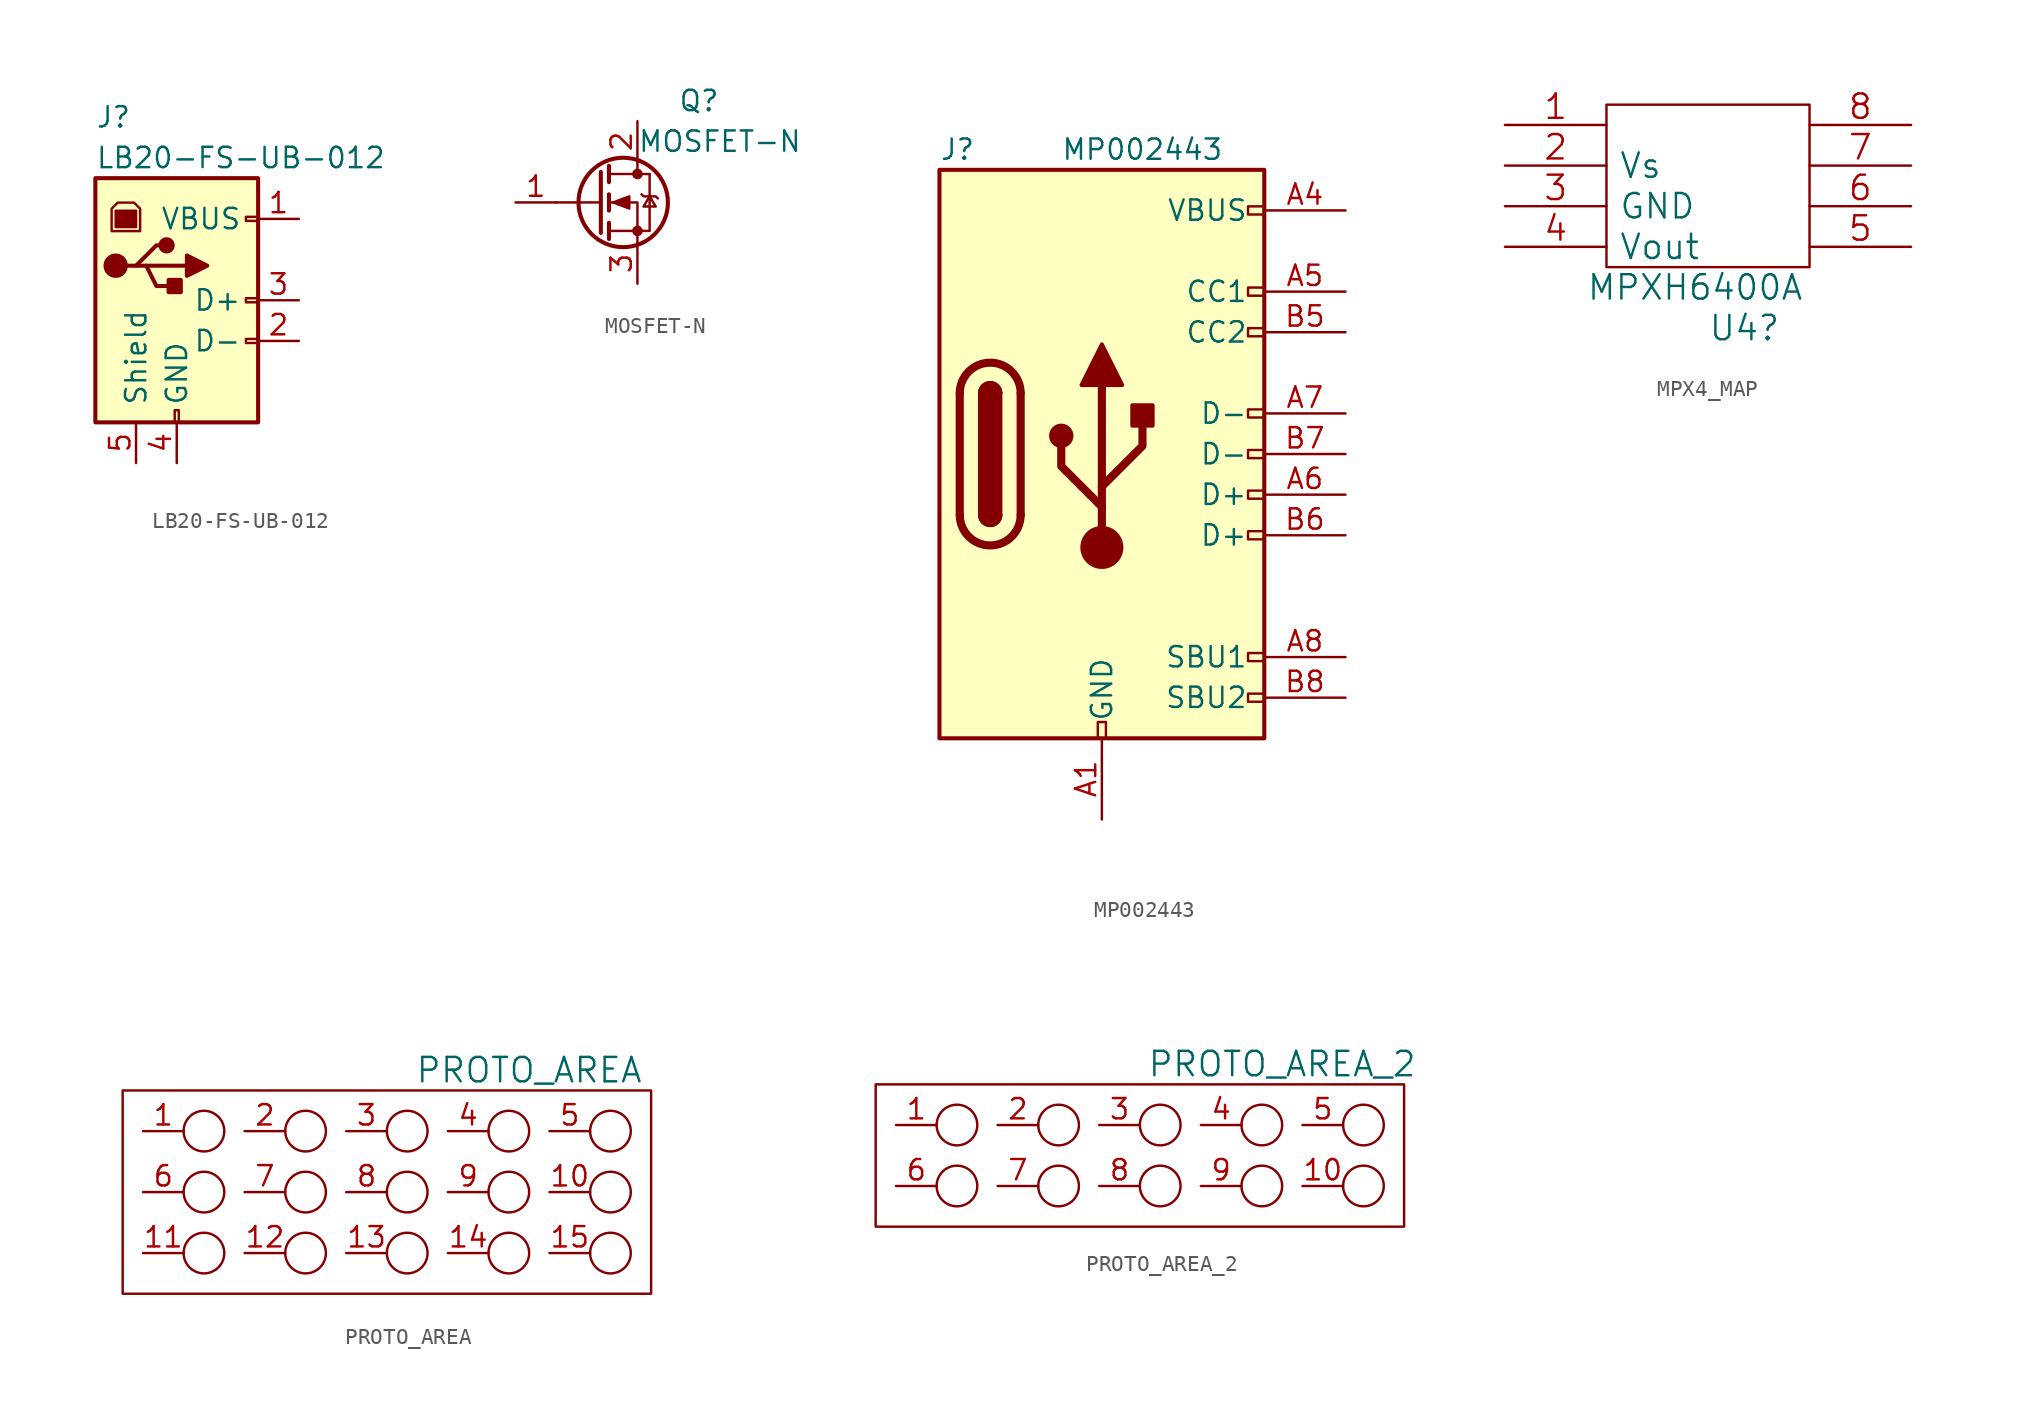
<source format=kicad_sym>
(kicad_symbol_lib
  (version 20231120)
  (generator "kicad_symbol_editor")
  (generator_version "8.0")
  (symbol "LB20-FS-UB-012"
    (pin_names
      (offset 1.016))
    (property "Reference" "J"
      (at -5.08 11.43 0)
      (effects (font (size 1.27 1.27)) (justify left)))
    (property "Value" "LB20-FS-UB-012"
      (at -5.08 8.89 0)
      (effects (font (size 1.27 1.27)) (justify left)))
    (symbol "LB20-FS-UB-012_0_1"
      (rectangle (start -5.08 -7.62) (end 5.08 7.62) (stroke (width 0.254) (type default)) (fill (type background)))
      (circle (center -3.81 2.159) (radius 0.635) (stroke (width 0.254) (type default)) (fill (type outline)))
      (rectangle (start -3.81 5.588) (end -2.54 4.572) (stroke (width 0) (type default)) (fill (type outline)))
      (circle (center -0.635 3.429) (radius 0.381) (stroke (width 0.254) (type default)) (fill (type outline)))
      (rectangle (start -0.127 -7.62) (end 0.127 -6.858) (stroke (width 0) (type default)) (fill (type none)))
      (polyline (pts (xy -1.905 2.159) (xy 0.635 2.159)) (stroke (width 0.254) (type default)) (fill (type none)))
      (polyline (pts (xy -3.175 2.159) (xy -2.54 2.159) (xy -1.27 3.429) (xy -0.635 3.429)) (stroke (width 0.254) (type default)) (fill (type none)))
      (polyline (pts (xy -2.54 2.159) (xy -1.905 2.159) (xy -1.27 0.889) (xy 0 0.889)) (stroke (width 0.254) (type default)) (fill (type none)))
      (polyline (pts (xy 0.635 2.794) (xy 0.635 1.524) (xy 1.905 2.159) (xy 0.635 2.794)) (stroke (width 0.254) (type default)) (fill (type outline)))
      (polyline (pts (xy -4.064 4.318) (xy -2.286 4.318) (xy -2.286 5.715) (xy -2.667 6.096) (xy -3.683 6.096) (xy -4.064 5.715) (xy -4.064 4.318)) (stroke (width 0) (type default)) (fill (type none)))
      (rectangle (start 0.254 1.27) (end -0.508 0.508) (stroke (width 0.254) (type default)) (fill (type outline)))
      (rectangle (start 5.08 -2.667) (end 4.318 -2.413) (stroke (width 0) (type default)) (fill (type none)))
      (rectangle (start 5.08 -0.127) (end 4.318 0.127) (stroke (width 0) (type default)) (fill (type none)))
      (rectangle (start 5.08 4.953) (end 4.318 5.207) (stroke (width 0) (type default)) (fill (type none))))
    (symbol "LB20-FS-UB-012_1_1"
      (pin power_out line (at 7.62 5.08 180) (length 2.54) (name "VBUS" (effects (font (size 1.27 1.27)))) (number "1" (effects (font (size 1.27 1.27)))))
      (pin bidirectional line (at 7.62 -2.54 180) (length 2.54) (name "D-" (effects (font (size 1.27 1.27)))) (number "2" (effects (font (size 1.27 1.27)))))
      (pin bidirectional line (at 7.62 0 180) (length 2.54) (name "D+" (effects (font (size 1.27 1.27)))) (number "3" (effects (font (size 1.27 1.27)))))
      (pin power_out line (at 0 -10.16 90) (length 2.54) (name "GND" (effects (font (size 1.27 1.27)))) (number "4" (effects (font (size 1.27 1.27)))))
      (pin passive line (at -2.54 -10.16 90) (length 2.54) (name "Shield" (effects (font (size 1.27 1.27)))) (number "5" (effects (font (size 1.27 1.27)))))))
  (symbol "MOSFET-N"
    (pin_names hide)
    (property "Reference" "Q"
      (at 5.08 6.35 0)
      (effects (font (size 1.27 1.27)) (justify left)))
    (property "Value" "MOSFET-N"
      (at 2.54 3.81 0)
      (effects (font (size 1.27 1.27)) (justify left)))
    (symbol "MOSFET-N_0_1"
      (polyline (pts (xy 0.254 0) (xy -2.54 0)) (stroke (width 0) (type default)) (fill (type none)))
      (polyline (pts (xy 0.254 1.905) (xy 0.254 -1.905)) (stroke (width 0.254) (type default)) (fill (type none)))
      (polyline (pts (xy 0.762 -1.27) (xy 0.762 -2.286)) (stroke (width 0.254) (type default)) (fill (type none)))
      (polyline (pts (xy 0.762 0.508) (xy 0.762 -0.508)) (stroke (width 0.254) (type default)) (fill (type none)))
      (polyline (pts (xy 0.762 2.286) (xy 0.762 1.27)) (stroke (width 0.254) (type default)) (fill (type none)))
      (polyline (pts (xy 2.54 2.54) (xy 2.54 1.778)) (stroke (width 0) (type default)) (fill (type none)))
      (polyline (pts (xy 2.54 -2.54) (xy 2.54 0) (xy 0.762 0)) (stroke (width 0) (type default)) (fill (type none)))
      (polyline (pts (xy 0.762 -1.778) (xy 3.302 -1.778) (xy 3.302 1.778) (xy 0.762 1.778)) (stroke (width 0) (type default)) (fill (type none)))
      (polyline (pts (xy 1.016 0) (xy 2.032 0.381) (xy 2.032 -0.381) (xy 1.016 0)) (stroke (width 0) (type default)) (fill (type outline)))
      (polyline (pts (xy 2.794 0.508) (xy 2.921 0.381) (xy 3.683 0.381) (xy 3.81 0.254)) (stroke (width 0) (type default)) (fill (type none)))
      (polyline (pts (xy 3.302 0.381) (xy 2.921 -0.254) (xy 3.683 -0.254) (xy 3.302 0.381)) (stroke (width 0) (type default)) (fill (type none)))
      (circle (center 1.651 0) (radius 2.794) (stroke (width 0.254) (type default)) (fill (type none)))
      (circle (center 2.54 -1.778) (radius 0.254) (stroke (width 0) (type default)) (fill (type outline)))
      (circle (center 2.54 1.778) (radius 0.254) (stroke (width 0) (type default)) (fill (type outline))))
    (symbol "MOSFET-N_1_1"
      (pin input line (at -5.08 0 0) (length 2.54) (name "G" (effects (font (size 1.27 1.27)))) (number "1" (effects (font (size 1.27 1.27)))))
      (pin passive line (at 2.54 5.08 270) (length 2.54) (name "D" (effects (font (size 1.27 1.27)))) (number "2" (effects (font (size 1.27 1.27)))))
      (pin passive line (at 2.54 -5.08 90) (length 2.54) (name "S" (effects (font (size 1.27 1.27)))) (number "3" (effects (font (size 1.27 1.27)))))))
  (symbol "MP002443"
    (pin_names
      (offset 1.016))
    (property "Reference" "J"
      (at -10.16 19.05 0)
      (effects (font (size 1.27 1.27)) (justify left)))
    (property "Value" "MP002443"
      (at 7.62 19.05 0)
      (effects (font (size 1.27 1.27)) (justify right)))
    (symbol "MP002443_0_0"
      (rectangle (start -0.254 -17.78) (end 0.254 -16.764) (stroke (width 0) (type default)) (fill (type none)))
      (rectangle (start 10.16 -14.986) (end 9.144 -15.494) (stroke (width 0) (type default)) (fill (type none)))
      (rectangle (start 10.16 -12.446) (end 9.144 -12.954) (stroke (width 0) (type default)) (fill (type none)))
      (rectangle (start 10.16 -4.826) (end 9.144 -5.334) (stroke (width 0) (type default)) (fill (type none)))
      (rectangle (start 10.16 -2.286) (end 9.144 -2.794) (stroke (width 0) (type default)) (fill (type none)))
      (rectangle (start 10.16 0.254) (end 9.144 -0.254) (stroke (width 0) (type default)) (fill (type none)))
      (rectangle (start 10.16 2.794) (end 9.144 2.286) (stroke (width 0) (type default)) (fill (type none)))
      (rectangle (start 10.16 7.874) (end 9.144 7.366) (stroke (width 0) (type default)) (fill (type none)))
      (rectangle (start 10.16 10.414) (end 9.144 9.906) (stroke (width 0) (type default)) (fill (type none)))
      (rectangle (start 10.16 15.494) (end 9.144 14.986) (stroke (width 0) (type default)) (fill (type none))))
    (symbol "MP002443_0_1"
      (rectangle (start -10.16 17.78) (end 10.16 -17.78) (stroke (width 0.254) (type default)) (fill (type background)))
      (arc (start -8.89 -3.81) (mid -6.985 -5.7067) (end -5.08 -3.81) (stroke (width 0.508) (type default)) (fill (type none)))
      (arc (start -7.62 -3.81) (mid -6.985 -4.4423) (end -6.35 -3.81) (stroke (width 0.254) (type default)) (fill (type none)))
      (arc (start -7.62 -3.81) (mid -6.985 -4.4423) (end -6.35 -3.81) (stroke (width 0.254) (type default)) (fill (type outline)))
      (rectangle (start -7.62 -3.81) (end -6.35 3.81) (stroke (width 0.254) (type default)) (fill (type outline)))
      (arc (start -6.35 3.81) (mid -6.985 4.4423) (end -7.62 3.81) (stroke (width 0.254) (type default)) (fill (type none)))
      (arc (start -6.35 3.81) (mid -6.985 4.4423) (end -7.62 3.81) (stroke (width 0.254) (type default)) (fill (type outline)))
      (arc (start -5.08 3.81) (mid -6.985 5.7067) (end -8.89 3.81) (stroke (width 0.508) (type default)) (fill (type none)))
      (circle (center -2.54 1.143) (radius 0.635) (stroke (width 0.254) (type default)) (fill (type outline)))
      (circle (center 0 -5.842) (radius 1.27) (stroke (width 0) (type default)) (fill (type outline)))
      (polyline (pts (xy -8.89 -3.81) (xy -8.89 3.81)) (stroke (width 0.508) (type default)) (fill (type none)))
      (polyline (pts (xy -5.08 3.81) (xy -5.08 -3.81)) (stroke (width 0.508) (type default)) (fill (type none)))
      (polyline (pts (xy 0 -5.842) (xy 0 4.318)) (stroke (width 0.508) (type default)) (fill (type none)))
      (polyline (pts (xy 0 -3.302) (xy -2.54 -0.762) (xy -2.54 0.508)) (stroke (width 0.508) (type default)) (fill (type none)))
      (polyline (pts (xy 0 -2.032) (xy 2.54 0.508) (xy 2.54 1.778)) (stroke (width 0.508) (type default)) (fill (type none)))
      (polyline (pts (xy -1.27 4.318) (xy 0 6.858) (xy 1.27 4.318) (xy -1.27 4.318)) (stroke (width 0.254) (type default)) (fill (type outline)))
      (rectangle (start 1.905 1.778) (end 3.175 3.048) (stroke (width 0.254) (type default)) (fill (type outline))))
    (symbol "MP002443_1_1"
      (pin passive line (at 0 -22.86 90) (length 5.08) (name "GND" (effects (font (size 1.27 1.27)))) (number "A1" (effects (font (size 1.27 1.27)))))
      (pin passive line (at 0 -22.86 90) (length 5.08) hide (name "GND" (effects (font (size 1.27 1.27)))) (number "A12" (effects (font (size 1.27 1.27)))))
      (pin passive line (at 15.24 15.24 180) (length 5.08) (name "VBUS" (effects (font (size 1.27 1.27)))) (number "A4" (effects (font (size 1.27 1.27)))))
      (pin bidirectional line (at 15.24 10.16 180) (length 5.08) (name "CC1" (effects (font (size 1.27 1.27)))) (number "A5" (effects (font (size 1.27 1.27)))))
      (pin bidirectional line (at 15.24 -2.54 180) (length 5.08) (name "D+" (effects (font (size 1.27 1.27)))) (number "A6" (effects (font (size 1.27 1.27)))))
      (pin bidirectional line (at 15.24 2.54 180) (length 5.08) (name "D-" (effects (font (size 1.27 1.27)))) (number "A7" (effects (font (size 1.27 1.27)))))
      (pin bidirectional line (at 15.24 -12.7 180) (length 5.08) (name "SBU1" (effects (font (size 1.27 1.27)))) (number "A8" (effects (font (size 1.27 1.27)))))
      (pin passive line (at 15.24 15.24 180) (length 5.08) hide (name "VBUS" (effects (font (size 1.27 1.27)))) (number "A9" (effects (font (size 1.27 1.27)))))
      (pin passive line (at 0 -22.86 90) (length 5.08) hide (name "GND" (effects (font (size 1.27 1.27)))) (number "B1" (effects (font (size 1.27 1.27)))))
      (pin passive line (at 0 -22.86 90) (length 5.08) hide (name "GND" (effects (font (size 1.27 1.27)))) (number "B12" (effects (font (size 1.27 1.27)))))
      (pin passive line (at 15.24 15.24 180) (length 5.08) hide (name "VBUS" (effects (font (size 1.27 1.27)))) (number "B4" (effects (font (size 1.27 1.27)))))
      (pin bidirectional line (at 15.24 7.62 180) (length 5.08) (name "CC2" (effects (font (size 1.27 1.27)))) (number "B5" (effects (font (size 1.27 1.27)))))
      (pin bidirectional line (at 15.24 -5.08 180) (length 5.08) (name "D+" (effects (font (size 1.27 1.27)))) (number "B6" (effects (font (size 1.27 1.27)))))
      (pin bidirectional line (at 15.24 0 180) (length 5.08) (name "D-" (effects (font (size 1.27 1.27)))) (number "B7" (effects (font (size 1.27 1.27)))))
      (pin bidirectional line (at 15.24 -15.24 180) (length 5.08) (name "SBU2" (effects (font (size 1.27 1.27)))) (number "B8" (effects (font (size 1.27 1.27)))))
      (pin passive line (at 15.24 15.24 180) (length 5.08) hide (name "VBUS" (effects (font (size 1.27 1.27)))) (number "B9" (effects (font (size 1.27 1.27)))))))
  (symbol "MPX4_MAP"
    (pin_names
      (offset 0.762))
    (property "Reference" "U4"
      (at 3.81 -6.35 0)
      (effects (font (size 1.524 1.524)) (justify left)))
    (property "Value" "MPXH6400A"
      (at -3.81 -3.81 0)
      (effects (font (size 1.524 1.524)) (justify left)))
    (symbol "MPX4_MAP_0_1"
      (rectangle (start -2.54 7.62) (end 10.16 -2.54) (stroke (width 0) (type default)) (fill (type none))))
    (symbol "MPX4_MAP_1_1"
      (pin passive line (at -8.89 6.35 0) (length 6.35) (name "" (effects (font (size 1.524 1.524)))) (number "1" (effects (font (size 1.524 1.524)))))
      (pin passive line (at -8.89 3.81 0) (length 6.35) (name "Vs" (effects (font (size 1.524 1.524)))) (number "2" (effects (font (size 1.524 1.524)))))
      (pin passive line (at -8.89 1.27 0) (length 6.35) (name "GND" (effects (font (size 1.524 1.524)))) (number "3" (effects (font (size 1.524 1.524)))))
      (pin passive line (at -8.89 -1.27 0) (length 6.35) (name "Vout" (effects (font (size 1.524 1.524)))) (number "4" (effects (font (size 1.524 1.524)))))
      (pin passive line (at 16.51 -1.27 180) (length 6.35) (name "" (effects (font (size 1.524 1.524)))) (number "5" (effects (font (size 1.524 1.524)))))
      (pin passive line (at 16.51 1.27 180) (length 6.35) (name "" (effects (font (size 1.524 1.524)))) (number "6" (effects (font (size 1.524 1.524)))))
      (pin passive line (at 16.51 3.81 180) (length 6.35) (name "" (effects (font (size 1.524 1.524)))) (number "7" (effects (font (size 1.524 1.524)))))
      (pin passive line (at 16.51 6.35 180) (length 6.35) (name "" (effects (font (size 1.524 1.524)))) (number "8" (effects (font (size 1.524 1.524)))))))
  (symbol "PROTO_AREA"
    (pin_names
      (offset 1.016))
    (property "Reference" "G"
      (at 1.27 3.81 0)
      (effects (font (size 1.524 1.524)) (hide yes)))
    (property "Value" "PROTO_AREA"
      (at 25.4 3.81 0)
      (effects (font (size 1.524 1.524))))
    (symbol "PROTO_AREA_0_0"
      (text "" (at 35.56 6.35 0) (effects (font (size 1.27 1.27)))))
    (symbol "PROTO_AREA_0_1"
      (rectangle (start 0 2.54) (end 33.02 -10.16) (stroke (width 0.152) (type default)) (fill (type none)))
      (circle (center 5.08 -7.62) (radius 1.27) (stroke (width 0.152) (type default)) (fill (type none)))
      (circle (center 5.08 -3.81) (radius 1.27) (stroke (width 0.152) (type default)) (fill (type none)))
      (circle (center 5.08 0) (radius 1.27) (stroke (width 0.152) (type default)) (fill (type none)))
      (circle (center 11.43 -7.62) (radius 1.27) (stroke (width 0.152) (type default)) (fill (type none)))
      (circle (center 11.43 -3.81) (radius 1.27) (stroke (width 0.152) (type default)) (fill (type none)))
      (circle (center 11.43 0) (radius 1.27) (stroke (width 0.152) (type default)) (fill (type none)))
      (circle (center 17.78 -7.62) (radius 1.27) (stroke (width 0.152) (type default)) (fill (type none)))
      (circle (center 17.78 -3.81) (radius 1.27) (stroke (width 0.152) (type default)) (fill (type none)))
      (circle (center 17.78 0) (radius 1.27) (stroke (width 0.152) (type default)) (fill (type none)))
      (circle (center 24.13 -7.62) (radius 1.27) (stroke (width 0.152) (type default)) (fill (type none)))
      (circle (center 24.13 -3.81) (radius 1.27) (stroke (width 0.152) (type default)) (fill (type none)))
      (circle (center 24.13 0) (radius 1.27) (stroke (width 0.152) (type default)) (fill (type none)))
      (circle (center 30.48 -7.62) (radius 1.27) (stroke (width 0.152) (type default)) (fill (type none)))
      (circle (center 30.48 -3.81) (radius 1.27) (stroke (width 0.152) (type default)) (fill (type none)))
      (circle (center 30.48 0) (radius 1.27) (stroke (width 0.152) (type default)) (fill (type none))))
    (symbol "PROTO_AREA_1_1"
      (pin passive line (at 1.27 0 0) (length 2.54) (name "" (effects (font (size 1.27 1.27)))) (number "1" (effects (font (size 1.27 1.27)))))
      (pin passive line (at 26.67 -3.81 0) (length 2.54) (name "" (effects (font (size 1.27 1.27)))) (number "10" (effects (font (size 1.27 1.27)))))
      (pin passive line (at 1.27 -7.62 0) (length 2.54) (name "" (effects (font (size 1.27 1.27)))) (number "11" (effects (font (size 1.27 1.27)))))
      (pin passive line (at 7.62 -7.62 0) (length 2.54) (name "" (effects (font (size 1.27 1.27)))) (number "12" (effects (font (size 1.27 1.27)))))
      (pin passive line (at 13.97 -7.62 0) (length 2.54) (name "" (effects (font (size 1.27 1.27)))) (number "13" (effects (font (size 1.27 1.27)))))
      (pin passive line (at 20.32 -7.62 0) (length 2.54) (name "" (effects (font (size 1.27 1.27)))) (number "14" (effects (font (size 1.27 1.27)))))
      (pin passive line (at 26.67 -7.62 0) (length 2.54) (name "" (effects (font (size 1.27 1.27)))) (number "15" (effects (font (size 1.27 1.27)))))
      (pin passive line (at 7.62 0 0) (length 2.54) (name "" (effects (font (size 1.27 1.27)))) (number "2" (effects (font (size 1.27 1.27)))))
      (pin passive line (at 13.97 0 0) (length 2.54) (name "" (effects (font (size 1.27 1.27)))) (number "3" (effects (font (size 1.27 1.27)))))
      (pin passive line (at 20.32 0 0) (length 2.54) (name "" (effects (font (size 1.27 1.27)))) (number "4" (effects (font (size 1.27 1.27)))))
      (pin passive line (at 26.67 0 0) (length 2.54) (name "" (effects (font (size 1.27 1.27)))) (number "5" (effects (font (size 1.27 1.27)))))
      (pin passive line (at 1.27 -3.81 0) (length 2.54) (name "" (effects (font (size 1.27 1.27)))) (number "6" (effects (font (size 1.27 1.27)))))
      (pin passive line (at 7.62 -3.81 0) (length 2.54) (name "" (effects (font (size 1.27 1.27)))) (number "7" (effects (font (size 1.27 1.27)))))
      (pin passive line (at 13.97 -3.81 0) (length 2.54) (name "" (effects (font (size 1.27 1.27)))) (number "8" (effects (font (size 1.27 1.27)))))
      (pin passive line (at 20.32 -3.81 0) (length 2.54) (name "" (effects (font (size 1.27 1.27)))) (number "9" (effects (font (size 1.27 1.27)))))))
  (symbol "PROTO_AREA_2"
    (pin_names
      (offset 1.016))
    (property "Reference" "G"
      (at 1.27 3.81 0)
      (effects (font (size 1.524 1.524)) (hide yes)))
    (property "Value" "PROTO_AREA_2"
      (at 25.4 3.81 0)
      (effects (font (size 1.524 1.524))))
    (symbol "PROTO_AREA_2_0_0"
      (text "" (at 35.56 6.35 0) (effects (font (size 1.27 1.27)))))
    (symbol "PROTO_AREA_2_0_1"
      (rectangle (start 0 2.54) (end 33.02 -6.35) (stroke (width 0.152) (type default)) (fill (type none)))
      (circle (center 5.08 -3.81) (radius 1.27) (stroke (width 0.152) (type default)) (fill (type none)))
      (circle (center 5.08 0) (radius 1.27) (stroke (width 0.152) (type default)) (fill (type none)))
      (circle (center 11.43 -3.81) (radius 1.27) (stroke (width 0.152) (type default)) (fill (type none)))
      (circle (center 11.43 0) (radius 1.27) (stroke (width 0.152) (type default)) (fill (type none)))
      (circle (center 17.78 -3.81) (radius 1.27) (stroke (width 0.152) (type default)) (fill (type none)))
      (circle (center 17.78 0) (radius 1.27) (stroke (width 0.152) (type default)) (fill (type none)))
      (circle (center 24.13 -3.81) (radius 1.27) (stroke (width 0.152) (type default)) (fill (type none)))
      (circle (center 24.13 0) (radius 1.27) (stroke (width 0.152) (type default)) (fill (type none)))
      (circle (center 30.48 -3.81) (radius 1.27) (stroke (width 0.152) (type default)) (fill (type none)))
      (circle (center 30.48 0) (radius 1.27) (stroke (width 0.152) (type default)) (fill (type none))))
    (symbol "PROTO_AREA_2_1_1"
      (pin passive line (at 1.27 0 0) (length 2.54) (name "" (effects (font (size 1.27 1.27)))) (number "1" (effects (font (size 1.27 1.27)))))
      (pin passive line (at 26.67 -3.81 0) (length 2.54) (name "" (effects (font (size 1.27 1.27)))) (number "10" (effects (font (size 1.27 1.27)))))
      (pin passive line (at 7.62 0 0) (length 2.54) (name "" (effects (font (size 1.27 1.27)))) (number "2" (effects (font (size 1.27 1.27)))))
      (pin passive line (at 13.97 0 0) (length 2.54) (name "" (effects (font (size 1.27 1.27)))) (number "3" (effects (font (size 1.27 1.27)))))
      (pin passive line (at 20.32 0 0) (length 2.54) (name "" (effects (font (size 1.27 1.27)))) (number "4" (effects (font (size 1.27 1.27)))))
      (pin passive line (at 26.67 0 0) (length 2.54) (name "" (effects (font (size 1.27 1.27)))) (number "5" (effects (font (size 1.27 1.27)))))
      (pin passive line (at 1.27 -3.81 0) (length 2.54) (name "" (effects (font (size 1.27 1.27)))) (number "6" (effects (font (size 1.27 1.27)))))
      (pin passive line (at 7.62 -3.81 0) (length 2.54) (name "" (effects (font (size 1.27 1.27)))) (number "7" (effects (font (size 1.27 1.27)))))
      (pin passive line (at 13.97 -3.81 0) (length 2.54) (name "" (effects (font (size 1.27 1.27)))) (number "8" (effects (font (size 1.27 1.27)))))
      (pin passive line (at 20.32 -3.81 0) (length 2.54) (name "" (effects (font (size 1.27 1.27)))) (number "9" (effects (font (size 1.27 1.27))))))))
</source>
